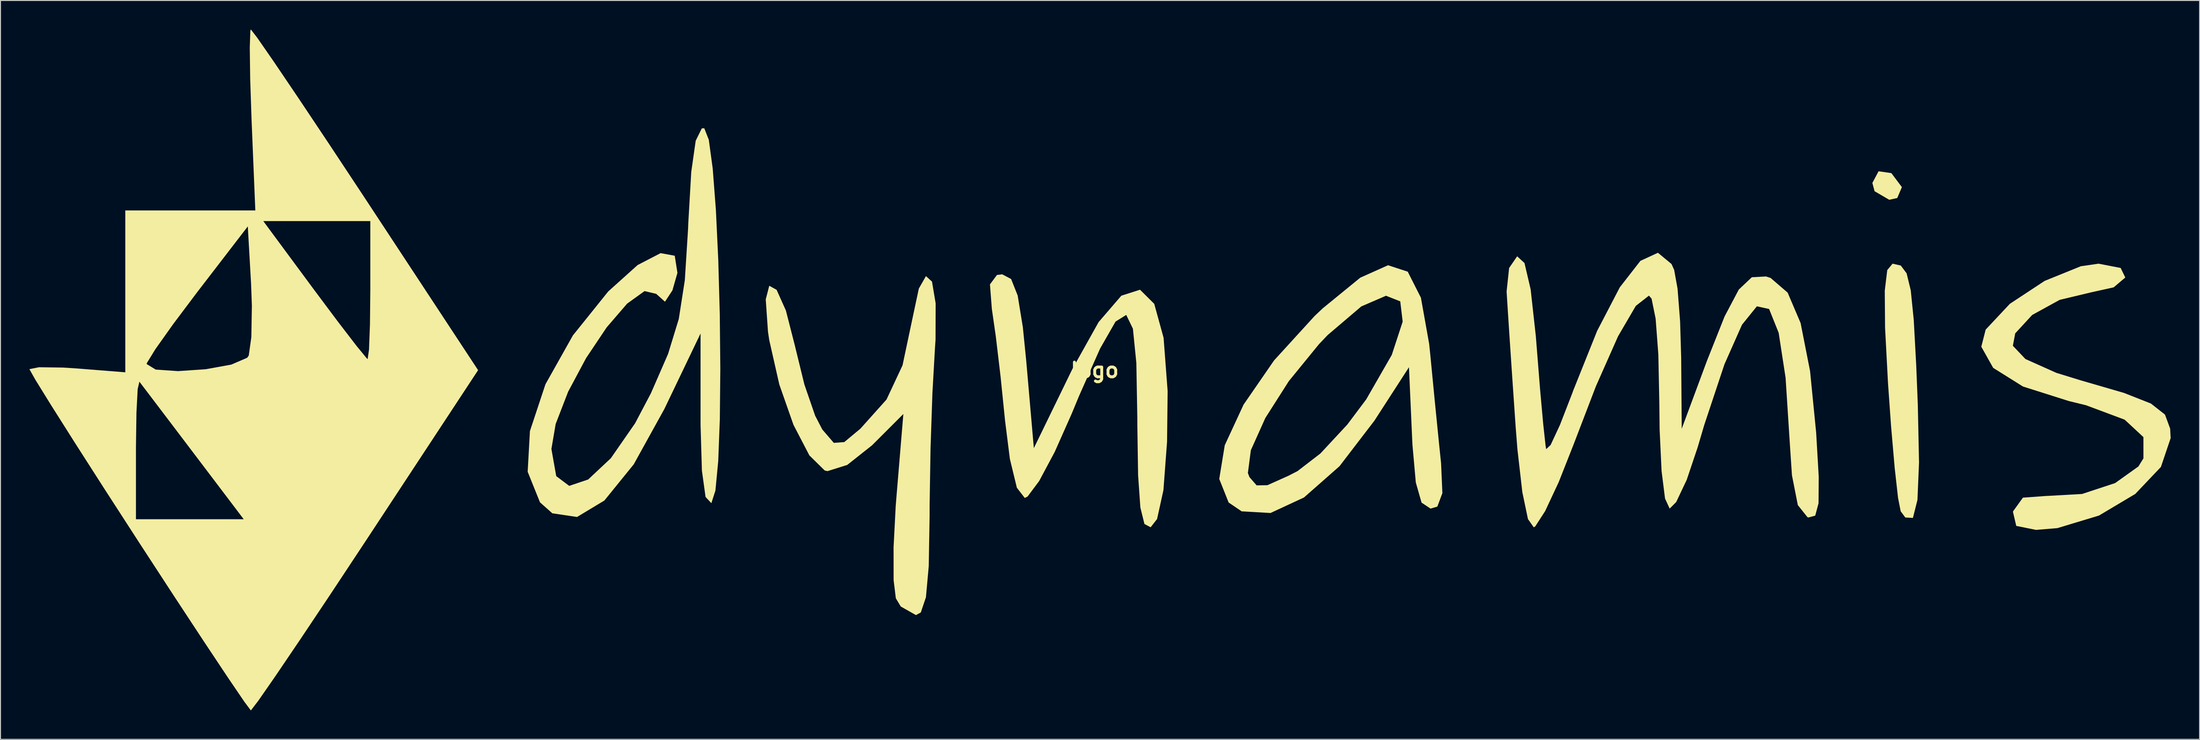
<source format=kicad_pcb>
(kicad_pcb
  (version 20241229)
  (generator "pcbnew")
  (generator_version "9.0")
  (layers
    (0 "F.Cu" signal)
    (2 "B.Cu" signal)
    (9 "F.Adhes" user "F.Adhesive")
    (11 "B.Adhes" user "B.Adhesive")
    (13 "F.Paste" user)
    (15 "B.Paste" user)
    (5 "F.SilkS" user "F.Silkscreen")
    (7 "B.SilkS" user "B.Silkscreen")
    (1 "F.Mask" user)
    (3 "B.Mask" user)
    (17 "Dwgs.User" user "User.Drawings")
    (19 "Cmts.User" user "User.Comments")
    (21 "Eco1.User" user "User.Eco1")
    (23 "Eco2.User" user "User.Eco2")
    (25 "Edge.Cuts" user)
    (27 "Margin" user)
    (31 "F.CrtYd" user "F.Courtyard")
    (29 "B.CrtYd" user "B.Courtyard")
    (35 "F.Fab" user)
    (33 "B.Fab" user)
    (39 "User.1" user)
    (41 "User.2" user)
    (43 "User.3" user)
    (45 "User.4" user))
  (footprint "logo"
    (layer "F.Cu")
    (at 110.435 35.339)
    (property "Reference" "logo" (at 0 0 0) (layer "F.SilkS") (effects (font (size 1.524 1.524) (thickness 0.3))))
    (attr board_only exclude_from_pos_files exclude_from_bom)
    (fp_poly (pts (xy 82.586 -20.435) (xy 83.677 -18.981) (xy 83.197 -17.854) (xy 82.366 -17.67) (xy 80.845 -18.559) (xy 80.617 -19.418) (xy 81.261 -20.627)) (stroke (width 0) (type solid)) (fill yes) (layer "F.SilkS"))
    (fp_poly (pts (xy 83.563 -10.85) (xy 84.168 -10.042) (xy 84.596 -8.277) (xy 84.907 -5.21) (xy 85.163 -0.501) (xy 85.328 3.589) (xy 85.454 9.57) (xy 85.291 13.45) (xy 84.821 15.323) (xy 84.032 15.28) (xy 83.552 14.633) (xy 83.281 13.257) (xy 82.933 10.156) (xy 82.556 5.809) (xy 82.24 1.38) (xy 81.933 -4.409) (xy 81.903 -8.248) (xy 82.16 -10.378) (xy 82.711 -11.043) (xy 82.719 -11.043)) (stroke (width 0) (type solid)) (fill yes) (layer "F.SilkS"))
    (fp_poly (pts (xy -8.665 -9.451) (xy -7.986 -7.743) (xy -7.449 -4.451) (xy -7.096 -0.926) (xy -6.31 8.088) (xy -2.327 -0.097) (xy 0.406 -4.986) (xy 2.762 -7.724) (xy 4.698 -8.343) (xy 6.171 -6.878) (xy 7.14 -3.359) (xy 7.56 2.18) (xy 7.5 7.419) (xy 7.123 12.445) (xy 6.465 15.438) (xy 5.798 16.293) (xy 5.155 15.952) (xy 4.733 14.244) (xy 4.498 10.901) (xy 4.418 5.652) (xy 4.417 4.926) (xy 4.316 -0.751) (xy 3.96 -4.301) (xy 3.268 -5.73) (xy 2.161 -5.041) (xy 0.558 -2.239) (xy -1.621 2.67) (xy -2.386 4.519) (xy -4.145 8.477) (xy -5.759 11.499) (xy -6.961 13.109) (xy -7.253 13.252) (xy -8.07 12.194) (xy -8.794 9.207) (xy -9.293 5.246) (xy -9.757 0.681) (xy -10.254 -3.51) (xy -10.663 -6.35) (xy -10.86 -8.894) (xy -10.132 -9.873) (xy -9.586 -9.939)) (stroke (width 0) (type solid)) (fill yes) (layer "F.SilkS"))
    (fp_poly (pts (xy 106.356 -10.599) (xy 106.837 -9.609) (xy 105.632 -8.589) (xy 103.341 -8.081) (xy 100.036 -7.292) (xy 97.184 -5.725) (xy 95.425 -3.815) (xy 95.182 -2.527) (xy 96.486 -1.154) (xy 99.69 0.279) (xy 102.164 1.041) (xy 106.7 2.36) (xy 109.492 3.461) (xy 110.95 4.606) (xy 111.487 6.06) (xy 111.539 7.051) (xy 110.53 10.037) (xy 107.871 12.837) (xy 104.111 15.077) (xy 99.799 16.381) (xy 97.582 16.565) (xy 95.534 16.151) (xy 95.194 14.703) (xy 95.208 14.633) (xy 96.224 13.222) (xy 98.726 13.039) (xy 98.764 13.043) (xy 102.356 12.84) (xy 105.78 11.712) (xy 108.198 9.986) (xy 108.718 9.146) (xy 108.716 6.941) (xy 106.77 5.134) (xy 102.771 3.64) (xy 100.978 3.201) (xy 96.229 1.696) (xy 93.141 -0.238) (xy 91.91 -2.431) (xy 92.363 -4.206) (xy 94.872 -6.882) (xy 98.478 -9.258) (xy 102.226 -10.777) (xy 104.064 -11.043)) (stroke (width 0) (type solid)) (fill yes) (layer "F.SilkS"))
    (fp_poly (pts (xy -16.868 -9.184) (xy -16.49 -6.931) (xy -16.501 -3.165) (xy -16.565 -2.209) (xy -16.824 2.366) (xy -17.018 8.081) (xy -17.113 13.87) (xy -17.117 15.186) (xy -17.206 20.331) (xy -17.497 23.553) (xy -18.028 25.128) (xy -18.532 25.401) (xy -20.108 24.508) (xy -20.617 23.657) (xy -20.847 21.769) (xy -20.851 18.358) (xy -20.63 14.095) (xy -20.561 13.23) (xy -19.837 4.546) (xy -23.084 7.793) (xy -25.654 9.828) (xy -27.702 10.471) (xy -27.989 10.405) (xy -29.58 8.839) (xy -31.229 5.67) (xy -32.697 1.484) (xy -33.743 -3.134) (xy -33.87 -3.98) (xy -34.103 -7.34) (xy -33.739 -8.753) (xy -32.976 -8.331) (xy -32.014 -6.186) (xy -31.053 -2.429) (xy -31.046 -2.393) (xy -30.096 1.49) (xy -28.981 4.725) (xy -28.241 6.151) (xy -27.046 7.541) (xy -25.962 7.46) (xy -24.293 6.072) (xy -21.583 3.045) (xy -19.921 -0.506) (xy -18.939 -5.146) (xy -18.232 -8.464) (xy -17.495 -9.753)) (stroke (width 0) (type solid)) (fill yes) (layer "F.SilkS"))
    (fp_poly (pts (xy 32.45 -10.213) (xy 33.816 -7.515) (xy 34.673 -2.716) (xy 34.79 -1.584) (xy 35.233 2.996) (xy 35.686 7.525) (xy 35.907 9.663) (xy 36.042 12.754) (xy 35.519 14.149) (xy 34.816 14.357) (xy 33.884 13.738) (xy 33.288 11.653) (xy 32.94 7.757) (xy 32.905 7.027) (xy 32.578 -0.303) (xy 28.995 5.24) (xy 25.377 9.961) (xy 21.697 13.202) (xy 18.226 14.813) (xy 15.235 14.642) (xy 13.883 13.725) (xy 12.911 11.284) (xy 13.011 10.668) (xy 15.879 10.668) (xy 16.043 11.092) (xy 16.785 11.948) (xy 17.903 11.931) (xy 20.074 10.957) (xy 21.022 10.471) (xy 23.398 8.641) (xy 26.183 5.645) (xy 28.145 3.031) (xy 30.798 -1.586) (xy 31.925 -5.032) (xy 31.675 -7.134) (xy 30.197 -7.718) (xy 27.638 -6.611) (xy 24.147 -3.639) (xy 23.248 -2.694) (xy 20.127 1.133) (xy 17.688 4.961) (xy 16.187 8.302) (xy 15.879 10.668) (xy 13.011 10.668) (xy 13.482 7.786) (xy 15.431 3.575) (xy 18.591 -1.007) (xy 22.797 -5.618) (xy 23.641 -6.414) (xy 27.527 -9.59) (xy 30.408 -10.881)) (stroke (width 0) (type solid)) (fill yes) (layer "F.SilkS"))
    (fp_poly (pts (xy -40.006 -23.892) (xy -39.602 -20.926) (xy -39.272 -16.63) (xy -39.025 -11.443) (xy -38.868 -5.805) (xy -38.812 -0.154) (xy -38.862 5.071) (xy -39.029 9.43) (xy -39.32 12.485) (xy -39.741 13.795) (xy -40.342 13.151) (xy -40.72 10.422) (xy -40.86 5.722) (xy -40.861 5.342) (xy -40.861 -3.803) (xy -44.616 4.033) (xy -47.788 9.767) (xy -50.828 13.516) (xy -53.665 15.226) (xy -56.226 14.845) (xy -57.507 13.707) (xy -58.783 10.538) (xy -58.549 6.317) (xy -56.94 1.462) (xy -54.093 -3.606) (xy -50.432 -8.163) (xy -47.387 -10.9) (xy -45.002 -12.136) (xy -43.538 -11.868) (xy -43.258 -10.091) (xy -43.775 -8.28) (xy -44.549 -7.099) (xy -45.458 -7.914) (xy -46.667 -8.201) (xy -48.476 -6.898) (xy -50.594 -4.436) (xy -52.728 -1.249) (xy -54.588 2.234) (xy -55.881 5.581) (xy -56.322 8.173) (xy -55.823 10.988) (xy -54.477 12.001) (xy -52.514 11.34) (xy -50.161 9.134) (xy -47.647 5.509) (xy -46.005 2.392) (xy -44.226 -1.69) (xy -43.117 -5.312) (xy -42.491 -9.335) (xy -42.157 -14.62) (xy -42.133 -15.241) (xy -41.825 -20.557) (xy -41.365 -23.793) (xy -40.732 -25.075) (xy -40.476 -25.089)) (stroke (width 0) (type solid)) (fill yes) (layer "F.SilkS"))
    (fp_poly (pts (xy 59.796 -11.008) (xy 60.069 -10.401) (xy 60.423 -8.438) (xy 60.687 -5.034) (xy 60.797 -1.29) (xy 60.854 6.074) (xy 63.465 -0.957) (xy 65.295 -5.565) (xy 66.768 -8.356) (xy 68.121 -9.637) (xy 69.592 -9.717) (xy 70.068 -9.562) (xy 71.833 -8.042) (xy 73.178 -4.886) (xy 74.159 0.097) (xy 74.79 6.486) (xy 75.056 11.058) (xy 75.037 13.802) (xy 74.694 15.086) (xy 73.991 15.277) (xy 73.89 15.247) (xy 72.89 13.994) (xy 72.28 10.899) (xy 72.063 7.643) (xy 71.621 0.79) (xy 70.904 -3.872) (xy 69.912 -6.343) (xy 68.644 -6.622) (xy 67.101 -4.71) (xy 65.282 -0.607) (xy 63.188 5.688) (xy 62.504 8.007) (xy 61.371 11.374) (xy 60.281 13.677) (xy 59.604 14.357) (xy 59.124 13.317) (xy 58.764 10.452) (xy 58.562 6.144) (xy 58.53 3.313) (xy 58.429 -1.638) (xy 58.149 -5.341) (xy 57.728 -7.418) (xy 57.454 -7.73) (xy 56.095 -6.666) (xy 54.253 -3.512) (xy 51.957 1.672) (xy 49.651 7.687) (xy 48.105 11.603) (xy 46.695 14.615) (xy 45.676 16.194) (xy 45.516 16.302) (xy 44.913 15.443) (xy 44.331 12.656) (xy 43.822 8.22) (xy 43.636 5.854) (xy 43.289 0.808) (xy 42.984 -3.735) (xy 42.765 -7.101) (xy 42.7 -8.162) (xy 42.96 -10.596) (xy 43.794 -11.809) (xy 44.554 -11.11) (xy 45.193 -8.375) (xy 45.729 -3.524) (xy 45.807 -2.542) (xy 46.165 1.932) (xy 46.493 5.571) (xy 46.737 7.809) (xy 46.8 8.19) (xy 47.261 7.761) (xy 48.23 5.682) (xy 49.506 2.391) (xy 49.605 2.116) (xy 52.087 -4.078) (xy 54.439 -8.599) (xy 56.57 -11.335) (xy 58.387 -12.175)) (stroke (width 0) (type solid)) (fill yes) (layer "F.SilkS"))
    (fp_poly (pts (xy -86.809 -34.462) (xy -85.117 -32.019) (xy -82.599 -28.294) (xy -79.446 -23.57) (xy -75.848 -18.129) (xy -75.546 -17.67) (xy -63.922 0) (xy -75.546 17.67) (xy -79.17 23.152) (xy -82.366 27.936) (xy -84.942 31.741) (xy -86.707 34.283) (xy -87.471 35.281) (xy -87.483 35.286) (xy -88.153 34.388) (xy -89.829 31.923) (xy -92.32 28.178) (xy -95.436 23.44) (xy -98.984 17.997) (xy -99.115 17.795) (xy -100.624 15.461) (xy -99.391 15.461) (xy -88.219 15.461) (xy -93.448 8.559) (xy -95.958 5.247) (xy -97.91 2.673) (xy -98.958 1.296) (xy -99.034 1.196) (xy -99.213 1.962) (xy -99.341 4.41) (xy -99.391 8.015) (xy -99.391 8.099) (xy -99.391 15.461) (xy -100.624 15.461) (xy -102.663 12.307) (xy -105.755 7.478) (xy -108.205 3.604) (xy -109.827 0.98) (xy -110.434 -0.1) (xy -110.435 -0.105) (xy -109.451 -0.303) (xy -106.962 -0.27) (xy -105.465 -0.173) (xy -100.496 0.222) (xy -100.496 -0.636) (xy -98.287 -0.636) (xy -97.342 -0.06) (xy -95.034 0.099) (xy -92.157 -0.096) (xy -89.504 -0.578) (xy -87.867 -1.282) (xy -87.698 -1.512) (xy -87.43 -3.419) (xy -87.373 -6.66) (xy -87.457 -8.966) (xy -87.796 -14.909) (xy -93.041 -8.09) (xy -95.521 -4.791) (xy -97.369 -2.188) (xy -98.254 -0.75) (xy -98.287 -0.636) (xy -100.496 -0.636) (xy -100.496 -15.461) (xy -86.191 -15.461) (xy -80.92 -8.328) (xy -78.438 -5.008) (xy -76.51 -2.499) (xy -75.463 -1.227) (xy -75.372 -1.15) (xy -75.231 -2.133) (xy -75.132 -4.75) (xy -75.096 -8.283) (xy -75.096 -15.461) (xy -86.191 -15.461) (xy -100.496 -15.461) (xy -100.496 -16.565) (xy -87.017 -16.565) (xy -87.406 -25.952) (xy -87.548 -30.192) (xy -87.592 -33.436) (xy -87.534 -35.177) (xy -87.483 -35.339)) (stroke (width 0) (type solid)) (fill yes) (layer "F.SilkS")))
  (gr_rect
    (start -3 -3)
    (end 224.974 73.625)
    (stroke (width 0.1) (type default))
    (fill no)
    (layer "Edge.Cuts")))
</source>
